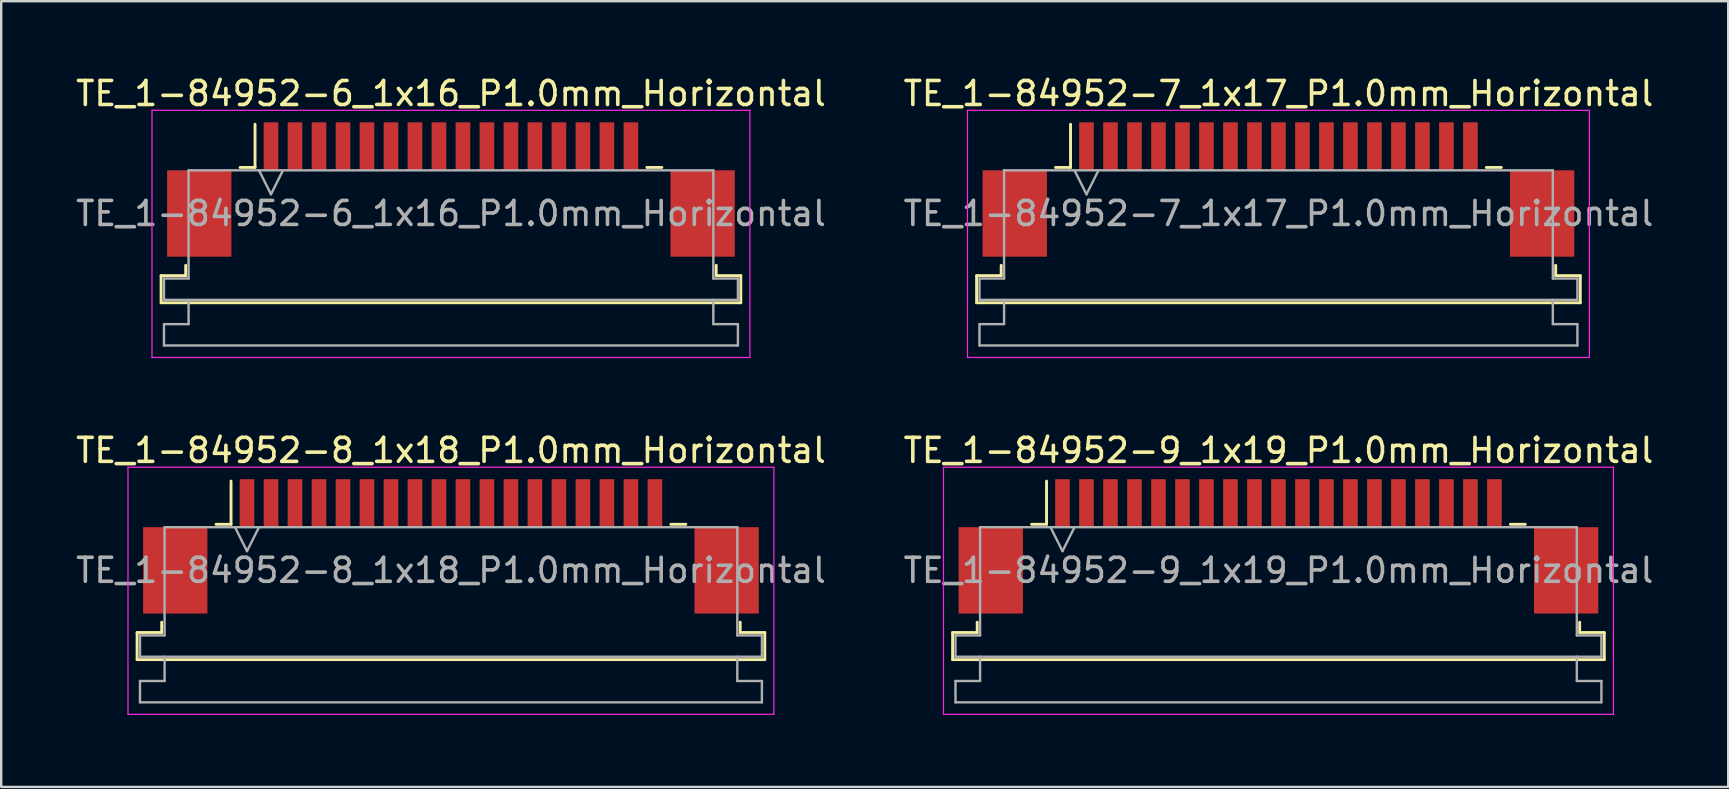
<source format=kicad_pcb>
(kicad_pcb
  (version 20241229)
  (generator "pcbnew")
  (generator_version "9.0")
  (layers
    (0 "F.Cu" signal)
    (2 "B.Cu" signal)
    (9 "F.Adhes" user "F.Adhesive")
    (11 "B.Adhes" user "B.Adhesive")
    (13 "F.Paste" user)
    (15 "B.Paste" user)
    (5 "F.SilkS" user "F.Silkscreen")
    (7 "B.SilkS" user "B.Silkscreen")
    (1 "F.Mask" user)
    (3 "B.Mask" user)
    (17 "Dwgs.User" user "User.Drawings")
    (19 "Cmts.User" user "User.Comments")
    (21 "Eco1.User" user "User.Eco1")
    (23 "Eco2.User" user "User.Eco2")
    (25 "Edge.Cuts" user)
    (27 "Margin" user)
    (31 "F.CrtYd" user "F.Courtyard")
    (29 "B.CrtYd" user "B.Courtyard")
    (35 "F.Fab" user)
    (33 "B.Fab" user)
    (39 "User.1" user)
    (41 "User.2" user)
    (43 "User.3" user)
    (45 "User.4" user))
  (footprint "TE_1-84952-7_1x17_P1.0mm_Horizontal"
    (layer "F.Cu")
    (at 50.232 4.848)
    (property "Reference" "TE_1-84952-7_1x17_P1.0mm_Horizontal" (at 0 -4 0) (layer "F.SilkS") (effects (font (size 1 1) (thickness 0.15))))
    (attr smd)
    (fp_line (start -12.58 3.59) (end -11.555 3.59) (stroke (width 0.12) (type solid)) (layer "F.SilkS"))
    (fp_line (start -12.58 4.72) (end -12.58 3.59) (stroke (width 0.12) (type solid)) (layer "F.SilkS"))
    (fp_line (start -11.555 3.59) (end -11.555 3.16) (stroke (width 0.12) (type solid)) (layer "F.SilkS"))
    (fp_line (start -9.29 -0.92) (end -8.665 -0.92) (stroke (width 0.12) (type solid)) (layer "F.SilkS"))
    (fp_line (start -8.665 -0.92) (end -8.665 -2.72) (stroke (width 0.12) (type solid)) (layer "F.SilkS"))
    (fp_line (start 8.665 -0.92) (end 9.29 -0.92) (stroke (width 0.12) (type solid)) (layer "F.SilkS"))
    (fp_line (start 11.555 3.16) (end 11.555 3.59) (stroke (width 0.12) (type solid)) (layer "F.SilkS"))
    (fp_line (start 11.555 3.59) (end 12.58 3.59) (stroke (width 0.12) (type solid)) (layer "F.SilkS"))
    (fp_line (start 12.58 3.59) (end 12.58 4.72) (stroke (width 0.12) (type solid)) (layer "F.SilkS"))
    (fp_line (start 12.58 4.72) (end -12.58 4.72) (stroke (width 0.12) (type solid)) (layer "F.SilkS"))
    (fp_line (start -12.96 -3.3) (end -12.96 7) (stroke (width 0.05) (type solid)) (layer "F.CrtYd"))
    (fp_line (start -12.96 7) (end 12.96 7) (stroke (width 0.05) (type solid)) (layer "F.CrtYd"))
    (fp_line (start 12.96 -3.3) (end -12.96 -3.3) (stroke (width 0.05) (type solid)) (layer "F.CrtYd"))
    (fp_line (start 12.96 7) (end 12.96 -3.3) (stroke (width 0.05) (type solid)) (layer "F.CrtYd"))
    (fp_line (start -12.46 3.71) (end -11.435 3.71) (stroke (width 0.1) (type solid)) (layer "F.Fab"))
    (fp_line (start -12.46 4.6) (end -12.46 3.71) (stroke (width 0.1) (type solid)) (layer "F.Fab"))
    (fp_line (start -12.46 5.61) (end -11.435 5.61) (stroke (width 0.1) (type solid)) (layer "F.Fab"))
    (fp_line (start -12.46 6.5) (end -12.46 5.61) (stroke (width 0.1) (type solid)) (layer "F.Fab"))
    (fp_line (start -11.435 -0.8) (end 11.435 -0.8) (stroke (width 0.1) (type solid)) (layer "F.Fab"))
    (fp_line (start -11.435 3.71) (end -11.435 -0.8) (stroke (width 0.1) (type solid)) (layer "F.Fab"))
    (fp_line (start -11.435 5.61) (end -11.435 4.6) (stroke (width 0.1) (type solid)) (layer "F.Fab"))
    (fp_line (start -8.5 -0.8) (end -8 0.2) (stroke (width 0.1) (type solid)) (layer "F.Fab"))
    (fp_line (start -8 0.2) (end -7.5 -0.8) (stroke (width 0.1) (type solid)) (layer "F.Fab"))
    (fp_line (start 11.435 -0.8) (end 11.435 3.71) (stroke (width 0.1) (type solid)) (layer "F.Fab"))
    (fp_line (start 11.435 3.71) (end 12.46 3.71) (stroke (width 0.1) (type solid)) (layer "F.Fab"))
    (fp_line (start 11.435 4.6) (end 11.435 5.61) (stroke (width 0.1) (type solid)) (layer "F.Fab"))
    (fp_line (start 11.435 5.61) (end 12.46 5.61) (stroke (width 0.1) (type solid)) (layer "F.Fab"))
    (fp_line (start 12.46 3.71) (end 12.46 4.6) (stroke (width 0.1) (type solid)) (layer "F.Fab"))
    (fp_line (start 12.46 4.6) (end -12.46 4.6) (stroke (width 0.1) (type solid)) (layer "F.Fab"))
    (fp_line (start 12.46 5.61) (end 12.46 6.5) (stroke (width 0.1) (type solid)) (layer "F.Fab"))
    (fp_line (start 12.46 6.5) (end -12.46 6.5) (stroke (width 0.1) (type solid)) (layer "F.Fab"))
    (fp_text user "${REFERENCE}" (at 0 1 0) (layer "F.Fab") (effects (font (size 1 1) (thickness 0.15))))
    (pad "" smd rect (at -10.99 1) (size 2.68 3.6) (layers "F.Cu" "F.Mask" "F.Paste"))
    (pad "" smd rect (at 10.99 1) (size 2.68 3.6) (layers "F.Cu" "F.Mask" "F.Paste"))
    (pad "1" smd rect (at -8 -1.8) (size 0.61 2) (layers "F.Cu" "F.Mask" "F.Paste"))
    (pad "2" smd rect (at -7 -1.8) (size 0.61 2) (layers "F.Cu" "F.Mask" "F.Paste"))
    (pad "3" smd rect (at -6 -1.8) (size 0.61 2) (layers "F.Cu" "F.Mask" "F.Paste"))
    (pad "4" smd rect (at -5 -1.8) (size 0.61 2) (layers "F.Cu" "F.Mask" "F.Paste"))
    (pad "5" smd rect (at -4 -1.8) (size 0.61 2) (layers "F.Cu" "F.Mask" "F.Paste"))
    (pad "6" smd rect (at -3 -1.8) (size 0.61 2) (layers "F.Cu" "F.Mask" "F.Paste"))
    (pad "7" smd rect (at -2 -1.8) (size 0.61 2) (layers "F.Cu" "F.Mask" "F.Paste"))
    (pad "8" smd rect (at -1 -1.8) (size 0.61 2) (layers "F.Cu" "F.Mask" "F.Paste"))
    (pad "9" smd rect (at 0 -1.8) (size 0.61 2) (layers "F.Cu" "F.Mask" "F.Paste"))
    (pad "10" smd rect (at 1 -1.8) (size 0.61 2) (layers "F.Cu" "F.Mask" "F.Paste"))
    (pad "11" smd rect (at 2 -1.8) (size 0.61 2) (layers "F.Cu" "F.Mask" "F.Paste"))
    (pad "12" smd rect (at 3 -1.8) (size 0.61 2) (layers "F.Cu" "F.Mask" "F.Paste"))
    (pad "13" smd rect (at 4 -1.8) (size 0.61 2) (layers "F.Cu" "F.Mask" "F.Paste"))
    (pad "14" smd rect (at 5 -1.8) (size 0.61 2) (layers "F.Cu" "F.Mask" "F.Paste"))
    (pad "15" smd rect (at 6 -1.8) (size 0.61 2) (layers "F.Cu" "F.Mask" "F.Paste"))
    (pad "16" smd rect (at 7 -1.8) (size 0.61 2) (layers "F.Cu" "F.Mask" "F.Paste"))
    (pad "17" smd rect (at 8 -1.8) (size 0.61 2) (layers "F.Cu" "F.Mask" "F.Paste")))
  (footprint "TE_1-84952-9_1x19_P1.0mm_Horizontal"
    (layer "F.Cu")
    (at 50.232 19.721)
    (property "Reference" "TE_1-84952-9_1x19_P1.0mm_Horizontal" (at 0 -4 0) (layer "F.SilkS") (effects (font (size 1 1) (thickness 0.15))))
    (attr smd)
    (fp_line (start -13.58 3.59) (end -12.555 3.59) (stroke (width 0.12) (type solid)) (layer "F.SilkS"))
    (fp_line (start -13.58 4.72) (end -13.58 3.59) (stroke (width 0.12) (type solid)) (layer "F.SilkS"))
    (fp_line (start -12.555 3.59) (end -12.555 3.16) (stroke (width 0.12) (type solid)) (layer "F.SilkS"))
    (fp_line (start -10.29 -0.92) (end -9.665 -0.92) (stroke (width 0.12) (type solid)) (layer "F.SilkS"))
    (fp_line (start -9.665 -0.92) (end -9.665 -2.72) (stroke (width 0.12) (type solid)) (layer "F.SilkS"))
    (fp_line (start 9.665 -0.92) (end 10.29 -0.92) (stroke (width 0.12) (type solid)) (layer "F.SilkS"))
    (fp_line (start 12.555 3.16) (end 12.555 3.59) (stroke (width 0.12) (type solid)) (layer "F.SilkS"))
    (fp_line (start 12.555 3.59) (end 13.58 3.59) (stroke (width 0.12) (type solid)) (layer "F.SilkS"))
    (fp_line (start 13.58 3.59) (end 13.58 4.72) (stroke (width 0.12) (type solid)) (layer "F.SilkS"))
    (fp_line (start 13.58 4.72) (end -13.58 4.72) (stroke (width 0.12) (type solid)) (layer "F.SilkS"))
    (fp_line (start -13.96 -3.3) (end -13.96 7) (stroke (width 0.05) (type solid)) (layer "F.CrtYd"))
    (fp_line (start -13.96 7) (end 13.96 7) (stroke (width 0.05) (type solid)) (layer "F.CrtYd"))
    (fp_line (start 13.96 -3.3) (end -13.96 -3.3) (stroke (width 0.05) (type solid)) (layer "F.CrtYd"))
    (fp_line (start 13.96 7) (end 13.96 -3.3) (stroke (width 0.05) (type solid)) (layer "F.CrtYd"))
    (fp_line (start -13.46 3.71) (end -12.435 3.71) (stroke (width 0.1) (type solid)) (layer "F.Fab"))
    (fp_line (start -13.46 4.6) (end -13.46 3.71) (stroke (width 0.1) (type solid)) (layer "F.Fab"))
    (fp_line (start -13.46 5.61) (end -12.435 5.61) (stroke (width 0.1) (type solid)) (layer "F.Fab"))
    (fp_line (start -13.46 6.5) (end -13.46 5.61) (stroke (width 0.1) (type solid)) (layer "F.Fab"))
    (fp_line (start -12.435 -0.8) (end 12.435 -0.8) (stroke (width 0.1) (type solid)) (layer "F.Fab"))
    (fp_line (start -12.435 3.71) (end -12.435 -0.8) (stroke (width 0.1) (type solid)) (layer "F.Fab"))
    (fp_line (start -12.435 5.61) (end -12.435 4.6) (stroke (width 0.1) (type solid)) (layer "F.Fab"))
    (fp_line (start -9.5 -0.8) (end -9 0.2) (stroke (width 0.1) (type solid)) (layer "F.Fab"))
    (fp_line (start -9 0.2) (end -8.5 -0.8) (stroke (width 0.1) (type solid)) (layer "F.Fab"))
    (fp_line (start 12.435 -0.8) (end 12.435 3.71) (stroke (width 0.1) (type solid)) (layer "F.Fab"))
    (fp_line (start 12.435 3.71) (end 13.46 3.71) (stroke (width 0.1) (type solid)) (layer "F.Fab"))
    (fp_line (start 12.435 4.6) (end 12.435 5.61) (stroke (width 0.1) (type solid)) (layer "F.Fab"))
    (fp_line (start 12.435 5.61) (end 13.46 5.61) (stroke (width 0.1) (type solid)) (layer "F.Fab"))
    (fp_line (start 13.46 3.71) (end 13.46 4.6) (stroke (width 0.1) (type solid)) (layer "F.Fab"))
    (fp_line (start 13.46 4.6) (end -13.46 4.6) (stroke (width 0.1) (type solid)) (layer "F.Fab"))
    (fp_line (start 13.46 5.61) (end 13.46 6.5) (stroke (width 0.1) (type solid)) (layer "F.Fab"))
    (fp_line (start 13.46 6.5) (end -13.46 6.5) (stroke (width 0.1) (type solid)) (layer "F.Fab"))
    (fp_text user "${REFERENCE}" (at 0 1 0) (layer "F.Fab") (effects (font (size 1 1) (thickness 0.15))))
    (pad "" smd rect (at -11.99 1) (size 2.68 3.6) (layers "F.Cu" "F.Mask" "F.Paste"))
    (pad "" smd rect (at 11.99 1) (size 2.68 3.6) (layers "F.Cu" "F.Mask" "F.Paste"))
    (pad "1" smd rect (at -9 -1.8) (size 0.61 2) (layers "F.Cu" "F.Mask" "F.Paste"))
    (pad "2" smd rect (at -8 -1.8) (size 0.61 2) (layers "F.Cu" "F.Mask" "F.Paste"))
    (pad "3" smd rect (at -7 -1.8) (size 0.61 2) (layers "F.Cu" "F.Mask" "F.Paste"))
    (pad "4" smd rect (at -6 -1.8) (size 0.61 2) (layers "F.Cu" "F.Mask" "F.Paste"))
    (pad "5" smd rect (at -5 -1.8) (size 0.61 2) (layers "F.Cu" "F.Mask" "F.Paste"))
    (pad "6" smd rect (at -4 -1.8) (size 0.61 2) (layers "F.Cu" "F.Mask" "F.Paste"))
    (pad "7" smd rect (at -3 -1.8) (size 0.61 2) (layers "F.Cu" "F.Mask" "F.Paste"))
    (pad "8" smd rect (at -2 -1.8) (size 0.61 2) (layers "F.Cu" "F.Mask" "F.Paste"))
    (pad "9" smd rect (at -1 -1.8) (size 0.61 2) (layers "F.Cu" "F.Mask" "F.Paste"))
    (pad "10" smd rect (at 0 -1.8) (size 0.61 2) (layers "F.Cu" "F.Mask" "F.Paste"))
    (pad "11" smd rect (at 1 -1.8) (size 0.61 2) (layers "F.Cu" "F.Mask" "F.Paste"))
    (pad "12" smd rect (at 2 -1.8) (size 0.61 2) (layers "F.Cu" "F.Mask" "F.Paste"))
    (pad "13" smd rect (at 3 -1.8) (size 0.61 2) (layers "F.Cu" "F.Mask" "F.Paste"))
    (pad "14" smd rect (at 4 -1.8) (size 0.61 2) (layers "F.Cu" "F.Mask" "F.Paste"))
    (pad "15" smd rect (at 5 -1.8) (size 0.61 2) (layers "F.Cu" "F.Mask" "F.Paste"))
    (pad "16" smd rect (at 6 -1.8) (size 0.61 2) (layers "F.Cu" "F.Mask" "F.Paste"))
    (pad "17" smd rect (at 7 -1.8) (size 0.61 2) (layers "F.Cu" "F.Mask" "F.Paste"))
    (pad "18" smd rect (at 8 -1.8) (size 0.61 2) (layers "F.Cu" "F.Mask" "F.Paste"))
    (pad "19" smd rect (at 9 -1.8) (size 0.61 2) (layers "F.Cu" "F.Mask" "F.Paste")))
  (footprint "TE_1-84952-8_1x18_P1.0mm_Horizontal"
    (layer "F.Cu")
    (at 15.744 19.721)
    (property "Reference" "TE_1-84952-8_1x18_P1.0mm_Horizontal" (at 0 -4 0) (layer "F.SilkS") (effects (font (size 1 1) (thickness 0.15))))
    (attr smd)
    (fp_line (start -13.08 3.59) (end -12.055 3.59) (stroke (width 0.12) (type solid)) (layer "F.SilkS"))
    (fp_line (start -13.08 4.72) (end -13.08 3.59) (stroke (width 0.12) (type solid)) (layer "F.SilkS"))
    (fp_line (start -12.055 3.59) (end -12.055 3.16) (stroke (width 0.12) (type solid)) (layer "F.SilkS"))
    (fp_line (start -9.79 -0.92) (end -9.165 -0.92) (stroke (width 0.12) (type solid)) (layer "F.SilkS"))
    (fp_line (start -9.165 -0.92) (end -9.165 -2.72) (stroke (width 0.12) (type solid)) (layer "F.SilkS"))
    (fp_line (start 9.165 -0.92) (end 9.79 -0.92) (stroke (width 0.12) (type solid)) (layer "F.SilkS"))
    (fp_line (start 12.055 3.16) (end 12.055 3.59) (stroke (width 0.12) (type solid)) (layer "F.SilkS"))
    (fp_line (start 12.055 3.59) (end 13.08 3.59) (stroke (width 0.12) (type solid)) (layer "F.SilkS"))
    (fp_line (start 13.08 3.59) (end 13.08 4.72) (stroke (width 0.12) (type solid)) (layer "F.SilkS"))
    (fp_line (start 13.08 4.72) (end -13.08 4.72) (stroke (width 0.12) (type solid)) (layer "F.SilkS"))
    (fp_line (start -13.46 -3.3) (end -13.46 7) (stroke (width 0.05) (type solid)) (layer "F.CrtYd"))
    (fp_line (start -13.46 7) (end 13.46 7) (stroke (width 0.05) (type solid)) (layer "F.CrtYd"))
    (fp_line (start 13.46 -3.3) (end -13.46 -3.3) (stroke (width 0.05) (type solid)) (layer "F.CrtYd"))
    (fp_line (start 13.46 7) (end 13.46 -3.3) (stroke (width 0.05) (type solid)) (layer "F.CrtYd"))
    (fp_line (start -12.96 3.71) (end -11.935 3.71) (stroke (width 0.1) (type solid)) (layer "F.Fab"))
    (fp_line (start -12.96 4.6) (end -12.96 3.71) (stroke (width 0.1) (type solid)) (layer "F.Fab"))
    (fp_line (start -12.96 5.61) (end -11.935 5.61) (stroke (width 0.1) (type solid)) (layer "F.Fab"))
    (fp_line (start -12.96 6.5) (end -12.96 5.61) (stroke (width 0.1) (type solid)) (layer "F.Fab"))
    (fp_line (start -11.935 -0.8) (end 11.935 -0.8) (stroke (width 0.1) (type solid)) (layer "F.Fab"))
    (fp_line (start -11.935 3.71) (end -11.935 -0.8) (stroke (width 0.1) (type solid)) (layer "F.Fab"))
    (fp_line (start -11.935 5.61) (end -11.935 4.6) (stroke (width 0.1) (type solid)) (layer "F.Fab"))
    (fp_line (start -9 -0.8) (end -8.5 0.2) (stroke (width 0.1) (type solid)) (layer "F.Fab"))
    (fp_line (start -8.5 0.2) (end -8 -0.8) (stroke (width 0.1) (type solid)) (layer "F.Fab"))
    (fp_line (start 11.935 -0.8) (end 11.935 3.71) (stroke (width 0.1) (type solid)) (layer "F.Fab"))
    (fp_line (start 11.935 3.71) (end 12.96 3.71) (stroke (width 0.1) (type solid)) (layer "F.Fab"))
    (fp_line (start 11.935 4.6) (end 11.935 5.61) (stroke (width 0.1) (type solid)) (layer "F.Fab"))
    (fp_line (start 11.935 5.61) (end 12.96 5.61) (stroke (width 0.1) (type solid)) (layer "F.Fab"))
    (fp_line (start 12.96 3.71) (end 12.96 4.6) (stroke (width 0.1) (type solid)) (layer "F.Fab"))
    (fp_line (start 12.96 4.6) (end -12.96 4.6) (stroke (width 0.1) (type solid)) (layer "F.Fab"))
    (fp_line (start 12.96 5.61) (end 12.96 6.5) (stroke (width 0.1) (type solid)) (layer "F.Fab"))
    (fp_line (start 12.96 6.5) (end -12.96 6.5) (stroke (width 0.1) (type solid)) (layer "F.Fab"))
    (fp_text user "${REFERENCE}" (at 0 1 0) (layer "F.Fab") (effects (font (size 1 1) (thickness 0.15))))
    (pad "" smd rect (at -11.49 1) (size 2.68 3.6) (layers "F.Cu" "F.Mask" "F.Paste"))
    (pad "" smd rect (at 11.49 1) (size 2.68 3.6) (layers "F.Cu" "F.Mask" "F.Paste"))
    (pad "1" smd rect (at -8.5 -1.8) (size 0.61 2) (layers "F.Cu" "F.Mask" "F.Paste"))
    (pad "2" smd rect (at -7.5 -1.8) (size 0.61 2) (layers "F.Cu" "F.Mask" "F.Paste"))
    (pad "3" smd rect (at -6.5 -1.8) (size 0.61 2) (layers "F.Cu" "F.Mask" "F.Paste"))
    (pad "4" smd rect (at -5.5 -1.8) (size 0.61 2) (layers "F.Cu" "F.Mask" "F.Paste"))
    (pad "5" smd rect (at -4.5 -1.8) (size 0.61 2) (layers "F.Cu" "F.Mask" "F.Paste"))
    (pad "6" smd rect (at -3.5 -1.8) (size 0.61 2) (layers "F.Cu" "F.Mask" "F.Paste"))
    (pad "7" smd rect (at -2.5 -1.8) (size 0.61 2) (layers "F.Cu" "F.Mask" "F.Paste"))
    (pad "8" smd rect (at -1.5 -1.8) (size 0.61 2) (layers "F.Cu" "F.Mask" "F.Paste"))
    (pad "9" smd rect (at -0.5 -1.8) (size 0.61 2) (layers "F.Cu" "F.Mask" "F.Paste"))
    (pad "10" smd rect (at 0.5 -1.8) (size 0.61 2) (layers "F.Cu" "F.Mask" "F.Paste"))
    (pad "11" smd rect (at 1.5 -1.8) (size 0.61 2) (layers "F.Cu" "F.Mask" "F.Paste"))
    (pad "12" smd rect (at 2.5 -1.8) (size 0.61 2) (layers "F.Cu" "F.Mask" "F.Paste"))
    (pad "13" smd rect (at 3.5 -1.8) (size 0.61 2) (layers "F.Cu" "F.Mask" "F.Paste"))
    (pad "14" smd rect (at 4.5 -1.8) (size 0.61 2) (layers "F.Cu" "F.Mask" "F.Paste"))
    (pad "15" smd rect (at 5.5 -1.8) (size 0.61 2) (layers "F.Cu" "F.Mask" "F.Paste"))
    (pad "16" smd rect (at 6.5 -1.8) (size 0.61 2) (layers "F.Cu" "F.Mask" "F.Paste"))
    (pad "17" smd rect (at 7.5 -1.8) (size 0.61 2) (layers "F.Cu" "F.Mask" "F.Paste"))
    (pad "18" smd rect (at 8.5 -1.8) (size 0.61 2) (layers "F.Cu" "F.Mask" "F.Paste")))
  (footprint "TE_1-84952-6_1x16_P1.0mm_Horizontal"
    (layer "F.Cu")
    (at 15.744 4.848)
    (property "Reference" "TE_1-84952-6_1x16_P1.0mm_Horizontal" (at 0 -4 0) (layer "F.SilkS") (effects (font (size 1 1) (thickness 0.15))))
    (attr smd)
    (fp_line (start -12.08 3.59) (end -11.055 3.59) (stroke (width 0.12) (type solid)) (layer "F.SilkS"))
    (fp_line (start -12.08 4.72) (end -12.08 3.59) (stroke (width 0.12) (type solid)) (layer "F.SilkS"))
    (fp_line (start -11.055 3.59) (end -11.055 3.16) (stroke (width 0.12) (type solid)) (layer "F.SilkS"))
    (fp_line (start -8.79 -0.92) (end -8.165 -0.92) (stroke (width 0.12) (type solid)) (layer "F.SilkS"))
    (fp_line (start -8.165 -0.92) (end -8.165 -2.72) (stroke (width 0.12) (type solid)) (layer "F.SilkS"))
    (fp_line (start 8.165 -0.92) (end 8.79 -0.92) (stroke (width 0.12) (type solid)) (layer "F.SilkS"))
    (fp_line (start 11.055 3.16) (end 11.055 3.59) (stroke (width 0.12) (type solid)) (layer "F.SilkS"))
    (fp_line (start 11.055 3.59) (end 12.08 3.59) (stroke (width 0.12) (type solid)) (layer "F.SilkS"))
    (fp_line (start 12.08 3.59) (end 12.08 4.72) (stroke (width 0.12) (type solid)) (layer "F.SilkS"))
    (fp_line (start 12.08 4.72) (end -12.08 4.72) (stroke (width 0.12) (type solid)) (layer "F.SilkS"))
    (fp_line (start -12.46 -3.3) (end -12.46 7) (stroke (width 0.05) (type solid)) (layer "F.CrtYd"))
    (fp_line (start -12.46 7) (end 12.46 7) (stroke (width 0.05) (type solid)) (layer "F.CrtYd"))
    (fp_line (start 12.46 -3.3) (end -12.46 -3.3) (stroke (width 0.05) (type solid)) (layer "F.CrtYd"))
    (fp_line (start 12.46 7) (end 12.46 -3.3) (stroke (width 0.05) (type solid)) (layer "F.CrtYd"))
    (fp_line (start -11.96 3.71) (end -10.935 3.71) (stroke (width 0.1) (type solid)) (layer "F.Fab"))
    (fp_line (start -11.96 4.6) (end -11.96 3.71) (stroke (width 0.1) (type solid)) (layer "F.Fab"))
    (fp_line (start -11.96 5.61) (end -10.935 5.61) (stroke (width 0.1) (type solid)) (layer "F.Fab"))
    (fp_line (start -11.96 6.5) (end -11.96 5.61) (stroke (width 0.1) (type solid)) (layer "F.Fab"))
    (fp_line (start -10.935 -0.8) (end 10.935 -0.8) (stroke (width 0.1) (type solid)) (layer "F.Fab"))
    (fp_line (start -10.935 3.71) (end -10.935 -0.8) (stroke (width 0.1) (type solid)) (layer "F.Fab"))
    (fp_line (start -10.935 5.61) (end -10.935 4.6) (stroke (width 0.1) (type solid)) (layer "F.Fab"))
    (fp_line (start -8 -0.8) (end -7.5 0.2) (stroke (width 0.1) (type solid)) (layer "F.Fab"))
    (fp_line (start -7.5 0.2) (end -7 -0.8) (stroke (width 0.1) (type solid)) (layer "F.Fab"))
    (fp_line (start 10.935 -0.8) (end 10.935 3.71) (stroke (width 0.1) (type solid)) (layer "F.Fab"))
    (fp_line (start 10.935 3.71) (end 11.96 3.71) (stroke (width 0.1) (type solid)) (layer "F.Fab"))
    (fp_line (start 10.935 4.6) (end 10.935 5.61) (stroke (width 0.1) (type solid)) (layer "F.Fab"))
    (fp_line (start 10.935 5.61) (end 11.96 5.61) (stroke (width 0.1) (type solid)) (layer "F.Fab"))
    (fp_line (start 11.96 3.71) (end 11.96 4.6) (stroke (width 0.1) (type solid)) (layer "F.Fab"))
    (fp_line (start 11.96 4.6) (end -11.96 4.6) (stroke (width 0.1) (type solid)) (layer "F.Fab"))
    (fp_line (start 11.96 5.61) (end 11.96 6.5) (stroke (width 0.1) (type solid)) (layer "F.Fab"))
    (fp_line (start 11.96 6.5) (end -11.96 6.5) (stroke (width 0.1) (type solid)) (layer "F.Fab"))
    (fp_text user "${REFERENCE}" (at 0 1 0) (layer "F.Fab") (effects (font (size 1 1) (thickness 0.15))))
    (pad "" smd rect (at -10.49 1) (size 2.68 3.6) (layers "F.Cu" "F.Mask" "F.Paste"))
    (pad "" smd rect (at 10.49 1) (size 2.68 3.6) (layers "F.Cu" "F.Mask" "F.Paste"))
    (pad "1" smd rect (at -7.5 -1.8) (size 0.61 2) (layers "F.Cu" "F.Mask" "F.Paste"))
    (pad "2" smd rect (at -6.5 -1.8) (size 0.61 2) (layers "F.Cu" "F.Mask" "F.Paste"))
    (pad "3" smd rect (at -5.5 -1.8) (size 0.61 2) (layers "F.Cu" "F.Mask" "F.Paste"))
    (pad "4" smd rect (at -4.5 -1.8) (size 0.61 2) (layers "F.Cu" "F.Mask" "F.Paste"))
    (pad "5" smd rect (at -3.5 -1.8) (size 0.61 2) (layers "F.Cu" "F.Mask" "F.Paste"))
    (pad "6" smd rect (at -2.5 -1.8) (size 0.61 2) (layers "F.Cu" "F.Mask" "F.Paste"))
    (pad "7" smd rect (at -1.5 -1.8) (size 0.61 2) (layers "F.Cu" "F.Mask" "F.Paste"))
    (pad "8" smd rect (at -0.5 -1.8) (size 0.61 2) (layers "F.Cu" "F.Mask" "F.Paste"))
    (pad "9" smd rect (at 0.5 -1.8) (size 0.61 2) (layers "F.Cu" "F.Mask" "F.Paste"))
    (pad "10" smd rect (at 1.5 -1.8) (size 0.61 2) (layers "F.Cu" "F.Mask" "F.Paste"))
    (pad "11" smd rect (at 2.5 -1.8) (size 0.61 2) (layers "F.Cu" "F.Mask" "F.Paste"))
    (pad "12" smd rect (at 3.5 -1.8) (size 0.61 2) (layers "F.Cu" "F.Mask" "F.Paste"))
    (pad "13" smd rect (at 4.5 -1.8) (size 0.61 2) (layers "F.Cu" "F.Mask" "F.Paste"))
    (pad "14" smd rect (at 5.5 -1.8) (size 0.61 2) (layers "F.Cu" "F.Mask" "F.Paste"))
    (pad "15" smd rect (at 6.5 -1.8) (size 0.61 2) (layers "F.Cu" "F.Mask" "F.Paste"))
    (pad "16" smd rect (at 7.5 -1.8) (size 0.61 2) (layers "F.Cu" "F.Mask" "F.Paste")))
  (gr_rect
    (start -3 -3)
    (end 68.976 29.747)
    (stroke (width 0.1) (type default))
    (fill no)
    (layer "Edge.Cuts")))
</source>
